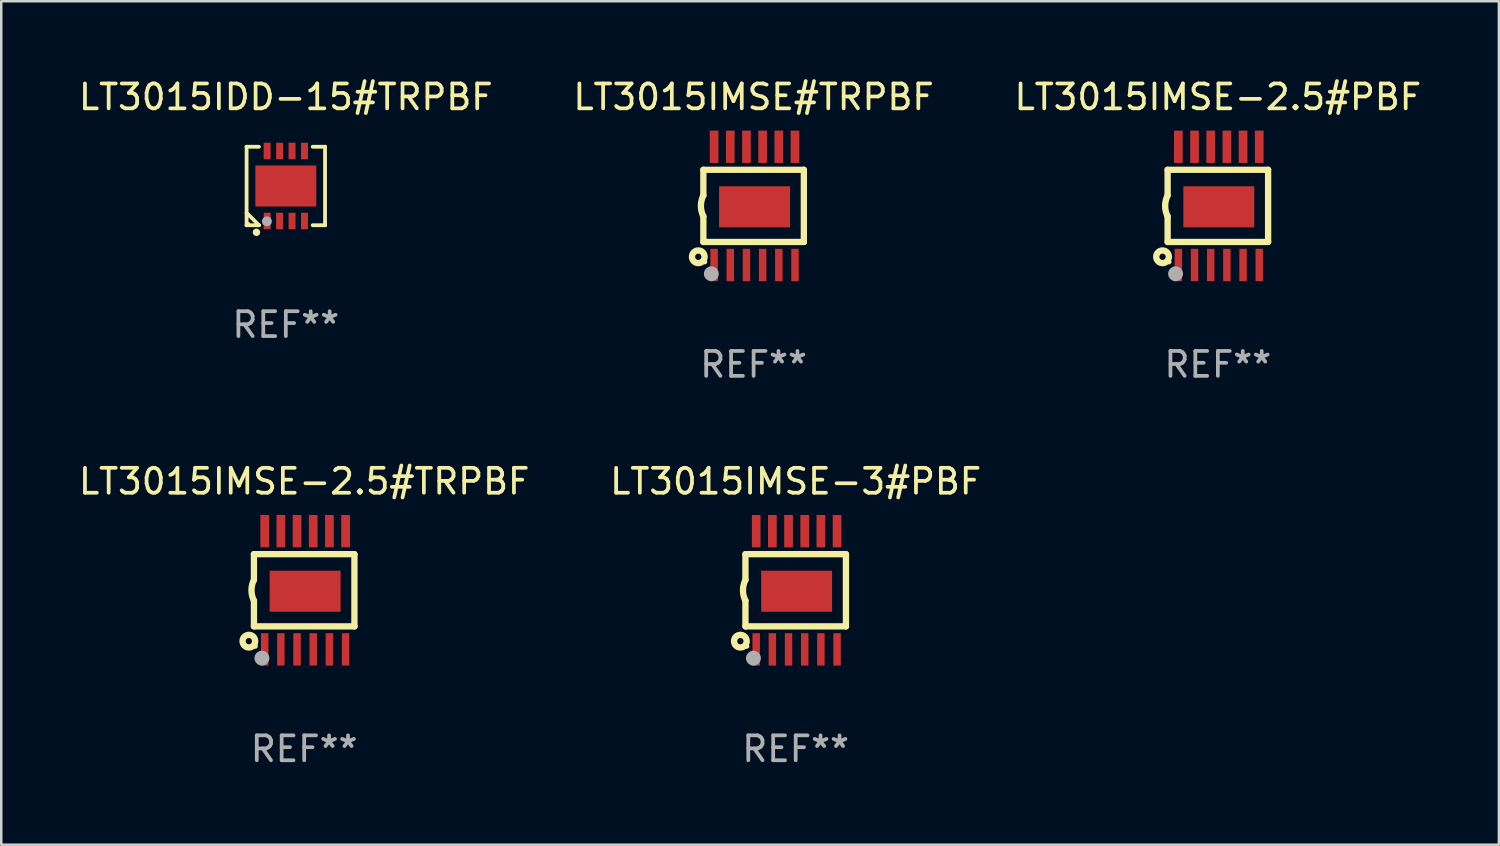
<source format=kicad_pcb>
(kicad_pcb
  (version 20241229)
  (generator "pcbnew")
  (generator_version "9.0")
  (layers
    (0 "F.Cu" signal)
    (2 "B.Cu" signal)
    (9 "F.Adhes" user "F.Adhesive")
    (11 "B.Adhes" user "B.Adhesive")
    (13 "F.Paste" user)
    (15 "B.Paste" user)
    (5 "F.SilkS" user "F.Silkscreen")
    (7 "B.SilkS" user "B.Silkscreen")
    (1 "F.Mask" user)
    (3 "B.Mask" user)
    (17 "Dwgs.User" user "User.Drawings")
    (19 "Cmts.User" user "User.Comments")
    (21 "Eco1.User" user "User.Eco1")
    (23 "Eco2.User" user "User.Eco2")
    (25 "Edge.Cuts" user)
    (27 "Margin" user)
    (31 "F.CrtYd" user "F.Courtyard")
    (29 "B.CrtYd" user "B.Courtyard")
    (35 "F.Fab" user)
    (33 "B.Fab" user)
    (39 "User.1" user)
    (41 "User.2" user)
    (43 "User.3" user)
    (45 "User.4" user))
  (footprint "LT3015IMSE-2.5#PBF"
    (layer "F.Cu")
    (at 45.887 5.223)
    (property "Reference" "LT3015IMSE-2.5#PBF" (at 0 -4.375 0) (layer "F.SilkS") (effects (font (size 1 1) (thickness 0.15))))
    (attr through_hole)
    (fp_line (start -2.019 -1.45) (end -2.019 -0.419) (stroke (width 0.254) (type solid)) (layer "F.SilkS"))
    (fp_line (start -2.019 1.45) (end -2.019 0.419) (stroke (width 0.254) (type solid)) (layer "F.SilkS"))
    (fp_line (start -2.019 1.45) (end 2.019 1.45) (stroke (width 0.254) (type solid)) (layer "F.SilkS"))
    (fp_line (start 2.019 -1.45) (end -2.019 -1.45) (stroke (width 0.254) (type solid)) (layer "F.SilkS"))
    (fp_line (start 2.019 -1.45) (end 2.019 1.45) (stroke (width 0.254) (type solid)) (layer "F.SilkS"))
    (fp_arc (start -2.019304 0.419101) (mid -2.11824 0) (end -2.019304 -0.419101) (stroke (width 0.254001) (type solid)) (layer "F.SilkS"))
    (fp_circle (center -2.223 2.045) (end -1.969 2.045) (stroke (width 0.254) (type solid)) (fill no) (layer "F.SilkS"))
    (fp_circle (center -1.962 2.25) (end -1.912 2.25) (stroke (width 0.1) (type solid)) (fill no) (layer "F.SilkS"))
    (fp_circle (center -1.699 2.728) (end -1.549 2.728) (stroke (width 0.3) (type solid)) (fill no) (layer "F.Fab"))
    (fp_text user "REF**" (at 0 6.375 0) (layer "F.Fab") (effects (font (size 1 1) (thickness 0.15))))
    (pad "1" smd rect (at -1.587 2.375) (size 0.3 1.3) (layers "F.Cu" "F.Mask" "F.Paste"))
    (pad "2" smd rect (at -0.937 2.375) (size 0.3 1.3) (layers "F.Cu" "F.Mask" "F.Paste"))
    (pad "3" smd rect (at -0.287 2.375) (size 0.3 1.3) (layers "F.Cu" "F.Mask" "F.Paste"))
    (pad "4" smd rect (at 0.363 2.375) (size 0.3 1.3) (layers "F.Cu" "F.Mask" "F.Paste"))
    (pad "5" smd rect (at 1.013 2.375) (size 0.3 1.3) (layers "F.Cu" "F.Mask" "F.Paste"))
    (pad "6" smd rect (at 1.663 2.375) (size 0.3 1.3) (layers "F.Cu" "F.Mask" "F.Paste"))
    (pad "7" smd rect (at 1.663 -2.375) (size 0.35 1.3) (layers "F.Cu" "F.Mask" "F.Paste"))
    (pad "8" smd rect (at 1.013 -2.375) (size 0.35 1.3) (layers "F.Cu" "F.Mask" "F.Paste"))
    (pad "9" smd rect (at 0.363 -2.375) (size 0.35 1.3) (layers "F.Cu" "F.Mask" "F.Paste"))
    (pad "10" smd rect (at -0.287 -2.375) (size 0.35 1.3) (layers "F.Cu" "F.Mask" "F.Paste"))
    (pad "11" smd rect (at -0.937 -2.375) (size 0.35 1.3) (layers "F.Cu" "F.Mask" "F.Paste"))
    (pad "12" smd rect (at -1.587 -2.375) (size 0.35 1.3) (layers "F.Cu" "F.Mask" "F.Paste"))
    (pad "13" smd rect (at 0.038 0.038) (size 2.85 1.65) (layers "F.Cu" "F.Mask" "F.Paste")))
  (footprint "LT3015IMSE#TRPBF"
    (layer "F.Cu")
    (at 27.232 5.223)
    (property "Reference" "LT3015IMSE#TRPBF" (at 0 -4.375 0) (layer "F.SilkS") (effects (font (size 1 1) (thickness 0.15))))
    (attr through_hole)
    (fp_line (start -2.019 -1.45) (end -2.019 -0.419) (stroke (width 0.254) (type solid)) (layer "F.SilkS"))
    (fp_line (start -2.019 1.45) (end -2.019 0.419) (stroke (width 0.254) (type solid)) (layer "F.SilkS"))
    (fp_line (start -2.019 1.45) (end 2.019 1.45) (stroke (width 0.254) (type solid)) (layer "F.SilkS"))
    (fp_line (start 2.019 -1.45) (end -2.019 -1.45) (stroke (width 0.254) (type solid)) (layer "F.SilkS"))
    (fp_line (start 2.019 -1.45) (end 2.019 1.45) (stroke (width 0.254) (type solid)) (layer "F.SilkS"))
    (fp_arc (start -2.019304 0.419101) (mid -2.11824 0) (end -2.019304 -0.419101) (stroke (width 0.254001) (type solid)) (layer "F.SilkS"))
    (fp_circle (center -2.223 2.045) (end -1.969 2.045) (stroke (width 0.254) (type solid)) (fill no) (layer "F.SilkS"))
    (fp_circle (center -1.962 2.25) (end -1.912 2.25) (stroke (width 0.1) (type solid)) (fill no) (layer "F.SilkS"))
    (fp_circle (center -1.699 2.728) (end -1.549 2.728) (stroke (width 0.3) (type solid)) (fill no) (layer "F.Fab"))
    (fp_text user "REF**" (at 0 6.375 0) (layer "F.Fab") (effects (font (size 1 1) (thickness 0.15))))
    (pad "1" smd rect (at -1.587 2.375) (size 0.3 1.3) (layers "F.Cu" "F.Mask" "F.Paste"))
    (pad "2" smd rect (at -0.937 2.375) (size 0.3 1.3) (layers "F.Cu" "F.Mask" "F.Paste"))
    (pad "3" smd rect (at -0.287 2.375) (size 0.3 1.3) (layers "F.Cu" "F.Mask" "F.Paste"))
    (pad "4" smd rect (at 0.363 2.375) (size 0.3 1.3) (layers "F.Cu" "F.Mask" "F.Paste"))
    (pad "5" smd rect (at 1.013 2.375) (size 0.3 1.3) (layers "F.Cu" "F.Mask" "F.Paste"))
    (pad "6" smd rect (at 1.663 2.375) (size 0.3 1.3) (layers "F.Cu" "F.Mask" "F.Paste"))
    (pad "7" smd rect (at 1.663 -2.375) (size 0.35 1.3) (layers "F.Cu" "F.Mask" "F.Paste"))
    (pad "8" smd rect (at 1.013 -2.375) (size 0.35 1.3) (layers "F.Cu" "F.Mask" "F.Paste"))
    (pad "9" smd rect (at 0.363 -2.375) (size 0.35 1.3) (layers "F.Cu" "F.Mask" "F.Paste"))
    (pad "10" smd rect (at -0.287 -2.375) (size 0.35 1.3) (layers "F.Cu" "F.Mask" "F.Paste"))
    (pad "11" smd rect (at -0.937 -2.375) (size 0.35 1.3) (layers "F.Cu" "F.Mask" "F.Paste"))
    (pad "12" smd rect (at -1.587 -2.375) (size 0.35 1.3) (layers "F.Cu" "F.Mask" "F.Paste"))
    (pad "13" smd rect (at 0.038 0.038) (size 2.85 1.65) (layers "F.Cu" "F.Mask" "F.Paste")))
  (footprint "LT3015IDD-15#TRPBF"
    (layer "F.Cu")
    (at 8.435 4.424)
    (property "Reference" "LT3015IDD-15#TRPBF" (at 0 -3.576 0) (layer "F.SilkS") (effects (font (size 1 1) (thickness 0.15))))
    (attr through_hole)
    (fp_line (start -1.576 -1.576) (end -1.576 -1.576) (stroke (width 0.152) (type solid)) (layer "F.SilkS"))
    (fp_line (start -1.576 -1.576) (end -1.08 -1.576) (stroke (width 0.152) (type solid)) (layer "F.SilkS"))
    (fp_line (start -1.576 1.576) (end -1.576 -1.576) (stroke (width 0.152) (type solid)) (layer "F.SilkS"))
    (fp_line (start -1.576 1.576) (end -1.576 1.576) (stroke (width 0.152) (type solid)) (layer "F.SilkS"))
    (fp_line (start -1.08 1.575) (end -1.576 1.079) (stroke (width 0.152) (type solid)) (layer "F.SilkS"))
    (fp_line (start -1.08 1.576) (end -1.576 1.576) (stroke (width 0.152) (type solid)) (layer "F.SilkS"))
    (fp_line (start -1.08 1.576) (end -1.08 1.575) (stroke (width 0.152) (type solid)) (layer "F.SilkS"))
    (fp_line (start 1.08 1.576) (end 1.576 1.576) (stroke (width 0.152) (type solid)) (layer "F.SilkS"))
    (fp_line (start 1.576 -1.576) (end 1.08 -1.576) (stroke (width 0.152) (type solid)) (layer "F.SilkS"))
    (fp_line (start 1.576 -1.576) (end 1.576 -1.576) (stroke (width 0.152) (type solid)) (layer "F.SilkS"))
    (fp_line (start 1.576 1.576) (end 1.576 -1.576) (stroke (width 0.152) (type solid)) (layer "F.SilkS"))
    (fp_line (start 1.576 1.576) (end 1.576 1.576) (stroke (width 0.152) (type solid)) (layer "F.SilkS"))
    (fp_circle (center -1.5 1.5) (end -1.47 1.5) (stroke (width 0.06) (type solid)) (fill no) (layer "F.SilkS"))
    (fp_circle (center -1.18 1.86) (end -1.105 1.86) (stroke (width 0.15) (type solid)) (fill no) (layer "F.SilkS"))
    (fp_circle (center -0.76 1.42) (end -0.66 1.42) (stroke (width 0.2) (type solid)) (fill no) (layer "F.Fab"))
    (fp_text user "REF**" (at 0 5.576 0) (layer "F.Fab") (effects (font (size 1 1) (thickness 0.15))))
    (pad "1" smd rect (at -0.75 1.407) (size 0.28 0.665) (layers "F.Cu" "F.Mask" "F.Paste"))
    (pad "2" smd rect (at -0.25 1.407) (size 0.28 0.665) (layers "F.Cu" "F.Mask" "F.Paste"))
    (pad "3" smd rect (at 0.25 1.407) (size 0.28 0.665) (layers "F.Cu" "F.Mask" "F.Paste"))
    (pad "4" smd rect (at 0.75 1.407) (size 0.28 0.665) (layers "F.Cu" "F.Mask" "F.Paste"))
    (pad "5" smd rect (at 0.75 -1.407) (size 0.28 0.665) (layers "F.Cu" "F.Mask" "F.Paste"))
    (pad "6" smd rect (at 0.25 -1.407) (size 0.28 0.665) (layers "F.Cu" "F.Mask" "F.Paste"))
    (pad "7" smd rect (at -0.25 -1.407) (size 0.28 0.665) (layers "F.Cu" "F.Mask" "F.Paste"))
    (pad "8" smd rect (at -0.75 -1.407) (size 0.28 0.665) (layers "F.Cu" "F.Mask" "F.Paste"))
    (pad "9" smd rect (at 0 0) (size 2.45 1.65) (layers "F.Cu" "F.Mask" "F.Paste")))
  (footprint "LT3015IMSE-3#PBF"
    (layer "F.Cu")
    (at 28.923 20.669)
    (property "Reference" "LT3015IMSE-3#PBF" (at 0 -4.375 0) (layer "F.SilkS") (effects (font (size 1 1) (thickness 0.15))))
    (attr through_hole)
    (fp_line (start -2.019 -1.45) (end -2.019 -0.419) (stroke (width 0.254) (type solid)) (layer "F.SilkS"))
    (fp_line (start -2.019 1.45) (end -2.019 0.419) (stroke (width 0.254) (type solid)) (layer "F.SilkS"))
    (fp_line (start -2.019 1.45) (end 2.019 1.45) (stroke (width 0.254) (type solid)) (layer "F.SilkS"))
    (fp_line (start 2.019 -1.45) (end -2.019 -1.45) (stroke (width 0.254) (type solid)) (layer "F.SilkS"))
    (fp_line (start 2.019 -1.45) (end 2.019 1.45) (stroke (width 0.254) (type solid)) (layer "F.SilkS"))
    (fp_arc (start -2.019304 0.419101) (mid -2.11824 0) (end -2.019304 -0.419101) (stroke (width 0.254001) (type solid)) (layer "F.SilkS"))
    (fp_circle (center -2.223 2.045) (end -1.969 2.045) (stroke (width 0.254) (type solid)) (fill no) (layer "F.SilkS"))
    (fp_circle (center -1.962 2.25) (end -1.912 2.25) (stroke (width 0.1) (type solid)) (fill no) (layer "F.SilkS"))
    (fp_circle (center -1.699 2.728) (end -1.549 2.728) (stroke (width 0.3) (type solid)) (fill no) (layer "F.Fab"))
    (fp_text user "REF**" (at 0 6.375 0) (layer "F.Fab") (effects (font (size 1 1) (thickness 0.15))))
    (pad "1" smd rect (at -1.587 2.375) (size 0.3 1.3) (layers "F.Cu" "F.Mask" "F.Paste"))
    (pad "2" smd rect (at -0.937 2.375) (size 0.3 1.3) (layers "F.Cu" "F.Mask" "F.Paste"))
    (pad "3" smd rect (at -0.287 2.375) (size 0.3 1.3) (layers "F.Cu" "F.Mask" "F.Paste"))
    (pad "4" smd rect (at 0.363 2.375) (size 0.3 1.3) (layers "F.Cu" "F.Mask" "F.Paste"))
    (pad "5" smd rect (at 1.013 2.375) (size 0.3 1.3) (layers "F.Cu" "F.Mask" "F.Paste"))
    (pad "6" smd rect (at 1.663 2.375) (size 0.3 1.3) (layers "F.Cu" "F.Mask" "F.Paste"))
    (pad "7" smd rect (at 1.663 -2.375) (size 0.35 1.3) (layers "F.Cu" "F.Mask" "F.Paste"))
    (pad "8" smd rect (at 1.013 -2.375) (size 0.35 1.3) (layers "F.Cu" "F.Mask" "F.Paste"))
    (pad "9" smd rect (at 0.363 -2.375) (size 0.35 1.3) (layers "F.Cu" "F.Mask" "F.Paste"))
    (pad "10" smd rect (at -0.287 -2.375) (size 0.35 1.3) (layers "F.Cu" "F.Mask" "F.Paste"))
    (pad "11" smd rect (at -0.937 -2.375) (size 0.35 1.3) (layers "F.Cu" "F.Mask" "F.Paste"))
    (pad "12" smd rect (at -1.587 -2.375) (size 0.35 1.3) (layers "F.Cu" "F.Mask" "F.Paste"))
    (pad "13" smd rect (at 0.038 0.038) (size 2.85 1.65) (layers "F.Cu" "F.Mask" "F.Paste")))
  (footprint "LT3015IMSE-2.5#TRPBF"
    (layer "F.Cu")
    (at 9.173 20.669)
    (property "Reference" "LT3015IMSE-2.5#TRPBF" (at 0 -4.375 0) (layer "F.SilkS") (effects (font (size 1 1) (thickness 0.15))))
    (attr through_hole)
    (fp_line (start -2.019 -1.45) (end -2.019 -0.419) (stroke (width 0.254) (type solid)) (layer "F.SilkS"))
    (fp_line (start -2.019 1.45) (end -2.019 0.419) (stroke (width 0.254) (type solid)) (layer "F.SilkS"))
    (fp_line (start -2.019 1.45) (end 2.019 1.45) (stroke (width 0.254) (type solid)) (layer "F.SilkS"))
    (fp_line (start 2.019 -1.45) (end -2.019 -1.45) (stroke (width 0.254) (type solid)) (layer "F.SilkS"))
    (fp_line (start 2.019 -1.45) (end 2.019 1.45) (stroke (width 0.254) (type solid)) (layer "F.SilkS"))
    (fp_arc (start -2.019304 0.419101) (mid -2.11824 0) (end -2.019304 -0.419101) (stroke (width 0.254001) (type solid)) (layer "F.SilkS"))
    (fp_circle (center -2.223 2.045) (end -1.969 2.045) (stroke (width 0.254) (type solid)) (fill no) (layer "F.SilkS"))
    (fp_circle (center -1.962 2.25) (end -1.912 2.25) (stroke (width 0.1) (type solid)) (fill no) (layer "F.SilkS"))
    (fp_circle (center -1.699 2.728) (end -1.549 2.728) (stroke (width 0.3) (type solid)) (fill no) (layer "F.Fab"))
    (fp_text user "REF**" (at 0 6.375 0) (layer "F.Fab") (effects (font (size 1 1) (thickness 0.15))))
    (pad "1" smd rect (at -1.587 2.375) (size 0.3 1.3) (layers "F.Cu" "F.Mask" "F.Paste"))
    (pad "2" smd rect (at -0.937 2.375) (size 0.3 1.3) (layers "F.Cu" "F.Mask" "F.Paste"))
    (pad "3" smd rect (at -0.287 2.375) (size 0.3 1.3) (layers "F.Cu" "F.Mask" "F.Paste"))
    (pad "4" smd rect (at 0.363 2.375) (size 0.3 1.3) (layers "F.Cu" "F.Mask" "F.Paste"))
    (pad "5" smd rect (at 1.013 2.375) (size 0.3 1.3) (layers "F.Cu" "F.Mask" "F.Paste"))
    (pad "6" smd rect (at 1.663 2.375) (size 0.3 1.3) (layers "F.Cu" "F.Mask" "F.Paste"))
    (pad "7" smd rect (at 1.663 -2.375) (size 0.35 1.3) (layers "F.Cu" "F.Mask" "F.Paste"))
    (pad "8" smd rect (at 1.013 -2.375) (size 0.35 1.3) (layers "F.Cu" "F.Mask" "F.Paste"))
    (pad "9" smd rect (at 0.363 -2.375) (size 0.35 1.3) (layers "F.Cu" "F.Mask" "F.Paste"))
    (pad "10" smd rect (at -0.287 -2.375) (size 0.35 1.3) (layers "F.Cu" "F.Mask" "F.Paste"))
    (pad "11" smd rect (at -0.937 -2.375) (size 0.35 1.3) (layers "F.Cu" "F.Mask" "F.Paste"))
    (pad "12" smd rect (at -1.587 -2.375) (size 0.35 1.3) (layers "F.Cu" "F.Mask" "F.Paste"))
    (pad "13" smd rect (at 0.038 0.038) (size 2.85 1.65) (layers "F.Cu" "F.Mask" "F.Paste")))
  (gr_rect
    (start -3 -3)
    (end 57.179 30.893)
    (stroke (width 0.1) (type default))
    (fill no)
    (layer "Edge.Cuts")))
</source>
